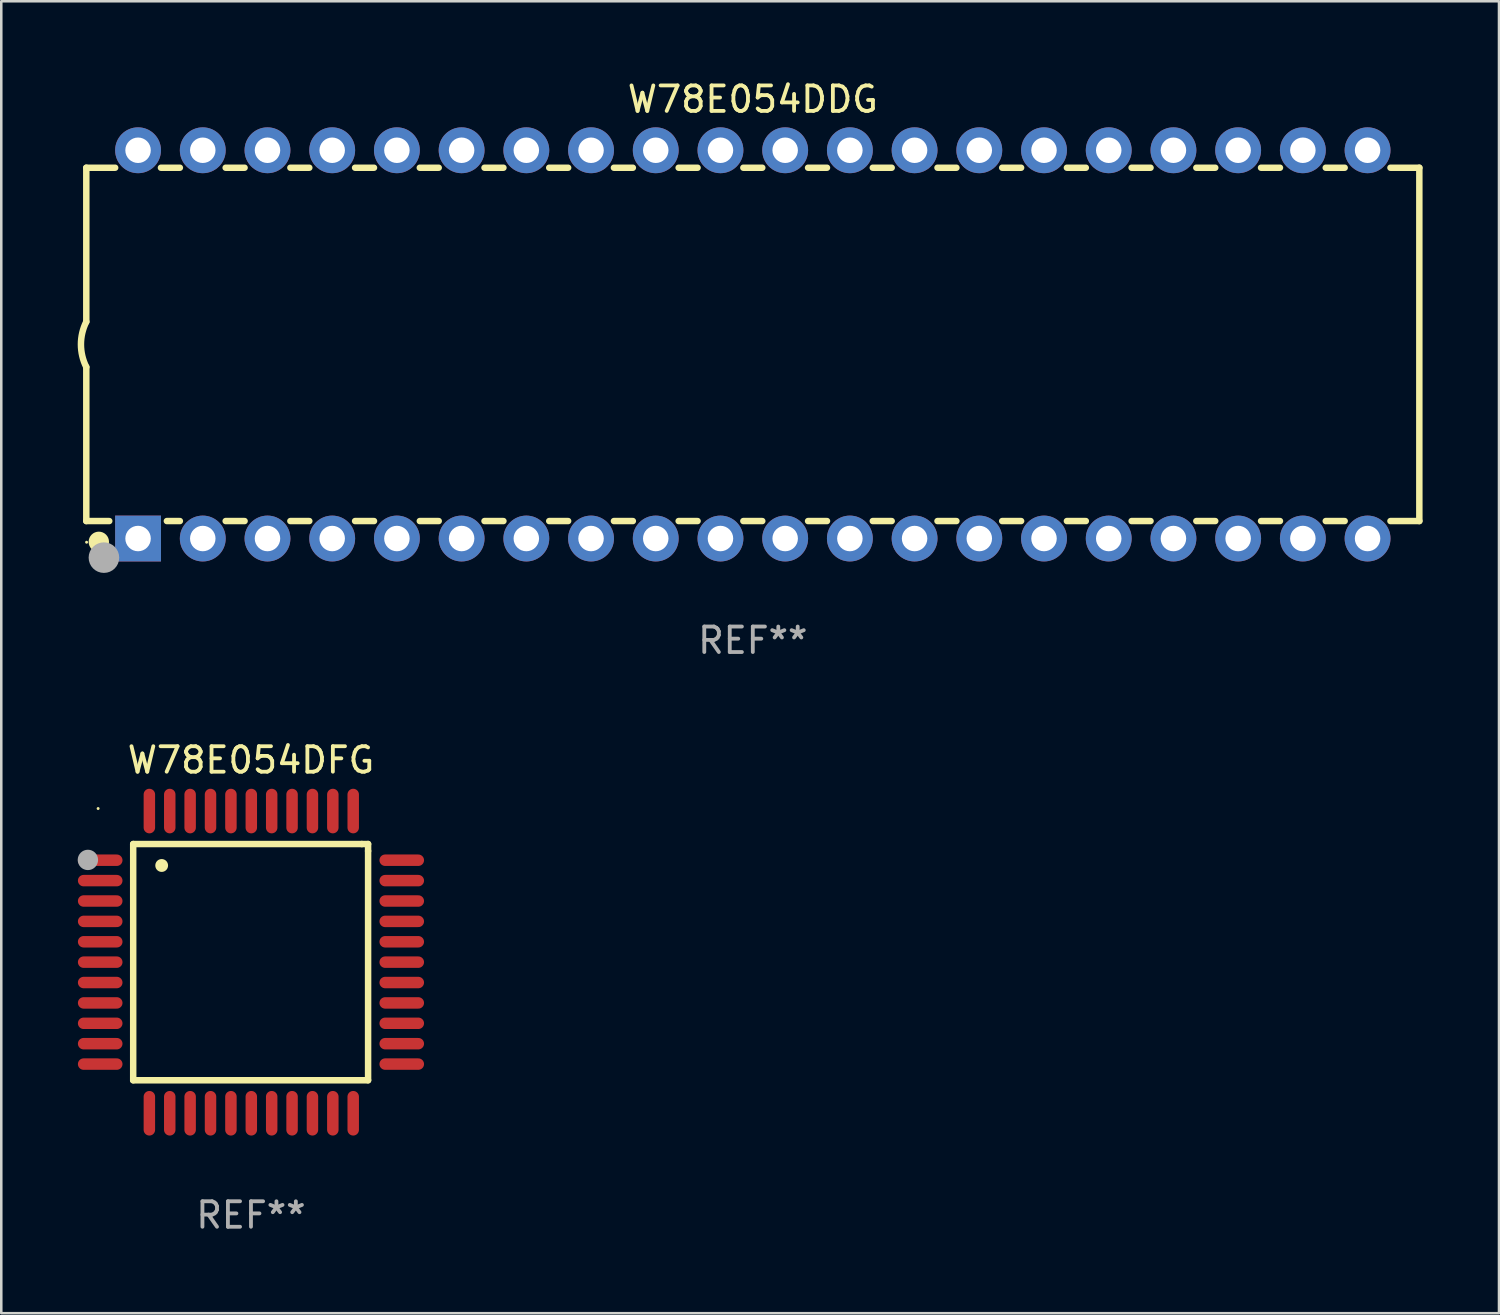
<source format=kicad_pcb>
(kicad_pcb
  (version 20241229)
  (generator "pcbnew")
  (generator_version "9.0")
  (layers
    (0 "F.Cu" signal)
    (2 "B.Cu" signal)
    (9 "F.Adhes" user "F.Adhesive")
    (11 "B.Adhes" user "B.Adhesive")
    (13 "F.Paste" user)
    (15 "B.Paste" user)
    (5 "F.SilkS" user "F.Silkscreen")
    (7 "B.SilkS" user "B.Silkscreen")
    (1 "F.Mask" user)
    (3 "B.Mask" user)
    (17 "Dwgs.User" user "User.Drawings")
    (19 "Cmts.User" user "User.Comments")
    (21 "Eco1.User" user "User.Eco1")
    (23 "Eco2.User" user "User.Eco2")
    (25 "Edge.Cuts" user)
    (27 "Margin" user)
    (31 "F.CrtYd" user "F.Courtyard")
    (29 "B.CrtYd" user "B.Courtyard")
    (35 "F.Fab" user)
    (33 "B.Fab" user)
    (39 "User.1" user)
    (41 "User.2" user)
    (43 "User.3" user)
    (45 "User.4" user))
  (footprint "W78E054DFG"
    (layer "F.Cu")
    (at 6.801 34.716)
    (property "Reference" "W78E054DFG" (at 0 -7.931 0) (layer "F.SilkS") (effects (font (size 1 1) (thickness 0.15))))
    (attr through_hole)
    (fp_line (start -4.623 -4.636) (end 4.35 -4.636) (stroke (width 0.254) (type solid)) (layer "F.SilkS"))
    (fp_line (start -4.623 4.636) (end -4.623 -4.636) (stroke (width 0.254) (type solid)) (layer "F.SilkS"))
    (fp_line (start 4.35 -4.636) (end 4.597 -4.636) (stroke (width 0.254) (type solid)) (layer "F.SilkS"))
    (fp_line (start 4.597 -4.636) (end 4.597 -4.363) (stroke (width 0.254) (type solid)) (layer "F.SilkS"))
    (fp_line (start 4.597 -4.363) (end 4.597 4.636) (stroke (width 0.254) (type solid)) (layer "F.SilkS"))
    (fp_line (start 4.597 4.636) (end -4.623 4.636) (stroke (width 0.254) (type solid)) (layer "F.SilkS"))
    (fp_arc (start -3.505207 -3.792228) (mid -3.50522 -3.794768) (end -3.505207 -3.797308) (stroke (width 0.5) (type solid)) (layer "F.SilkS"))
    (fp_circle (center -6 -6.03) (end -5.97 -6.03) (stroke (width 0.06) (type solid)) (fill no) (layer "F.SilkS"))
    (fp_circle (center -6.401 -4.013) (end -6.201 -4.013) (stroke (width 0.4) (type solid)) (fill no) (layer "F.Fab"))
    (fp_text user "REF**" (at 0 9.931 0) (layer "F.Fab") (effects (font (size 1 1) (thickness 0.15))))
    (pad "1" smd oval (at -5.918 -4.001 90) (size 0.45 1.75) (layers "F.Cu" "F.Mask" "F.Paste"))
    (pad "2" smd oval (at -5.918 -3.2 90) (size 0.45 1.75) (layers "F.Cu" "F.Mask" "F.Paste"))
    (pad "3" smd oval (at -5.918 -2.4 90) (size 0.45 1.75) (layers "F.Cu" "F.Mask" "F.Paste"))
    (pad "4" smd oval (at -5.918 -1.6 90) (size 0.45 1.75) (layers "F.Cu" "F.Mask" "F.Paste"))
    (pad "5" smd oval (at -5.918 -0.8 90) (size 0.45 1.75) (layers "F.Cu" "F.Mask" "F.Paste"))
    (pad "6" smd oval (at -5.918 0 90) (size 0.45 1.75) (layers "F.Cu" "F.Mask" "F.Paste"))
    (pad "7" smd oval (at -5.918 0.8 90) (size 0.45 1.75) (layers "F.Cu" "F.Mask" "F.Paste"))
    (pad "8" smd oval (at -5.918 1.6 90) (size 0.45 1.75) (layers "F.Cu" "F.Mask" "F.Paste"))
    (pad "9" smd oval (at -5.918 2.4 90) (size 0.45 1.75) (layers "F.Cu" "F.Mask" "F.Paste"))
    (pad "10" smd oval (at -5.918 3.2 90) (size 0.45 1.75) (layers "F.Cu" "F.Mask" "F.Paste"))
    (pad "11" smd oval (at -5.918 4.001 90) (size 0.45 1.75) (layers "F.Cu" "F.Mask" "F.Paste"))
    (pad "12" smd oval (at -3.988 5.931) (size 0.45 1.75) (layers "F.Cu" "F.Mask" "F.Paste"))
    (pad "13" smd oval (at -3.188 5.931) (size 0.45 1.75) (layers "F.Cu" "F.Mask" "F.Paste"))
    (pad "14" smd oval (at -2.388 5.931) (size 0.45 1.75) (layers "F.Cu" "F.Mask" "F.Paste"))
    (pad "15" smd oval (at -1.588 5.931) (size 0.45 1.75) (layers "F.Cu" "F.Mask" "F.Paste"))
    (pad "16" smd oval (at -0.787 5.931) (size 0.45 1.75) (layers "F.Cu" "F.Mask" "F.Paste"))
    (pad "17" smd oval (at 0.013 5.931) (size 0.45 1.75) (layers "F.Cu" "F.Mask" "F.Paste"))
    (pad "18" smd oval (at 0.813 5.931) (size 0.45 1.75) (layers "F.Cu" "F.Mask" "F.Paste"))
    (pad "19" smd oval (at 1.613 5.931) (size 0.45 1.75) (layers "F.Cu" "F.Mask" "F.Paste"))
    (pad "20" smd oval (at 2.413 5.931) (size 0.45 1.75) (layers "F.Cu" "F.Mask" "F.Paste"))
    (pad "21" smd oval (at 3.213 5.931) (size 0.45 1.75) (layers "F.Cu" "F.Mask" "F.Paste"))
    (pad "22" smd oval (at 4.013 5.931) (size 0.45 1.75) (layers "F.Cu" "F.Mask" "F.Paste"))
    (pad "23" smd oval (at 5.918 4.001 90) (size 0.45 1.75) (layers "F.Cu" "F.Mask" "F.Paste"))
    (pad "24" smd oval (at 5.918 3.2 90) (size 0.45 1.75) (layers "F.Cu" "F.Mask" "F.Paste"))
    (pad "25" smd oval (at 5.918 2.4 90) (size 0.45 1.75) (layers "F.Cu" "F.Mask" "F.Paste"))
    (pad "26" smd oval (at 5.918 1.6 90) (size 0.45 1.75) (layers "F.Cu" "F.Mask" "F.Paste"))
    (pad "27" smd oval (at 5.918 0.8 90) (size 0.45 1.75) (layers "F.Cu" "F.Mask" "F.Paste"))
    (pad "28" smd oval (at 5.918 0 90) (size 0.45 1.75) (layers "F.Cu" "F.Mask" "F.Paste"))
    (pad "29" smd oval (at 5.918 -0.8 90) (size 0.45 1.75) (layers "F.Cu" "F.Mask" "F.Paste"))
    (pad "30" smd oval (at 5.918 -1.6 90) (size 0.45 1.75) (layers "F.Cu" "F.Mask" "F.Paste"))
    (pad "31" smd oval (at 5.918 -2.4 90) (size 0.45 1.75) (layers "F.Cu" "F.Mask" "F.Paste"))
    (pad "32" smd oval (at 5.918 -3.2 90) (size 0.45 1.75) (layers "F.Cu" "F.Mask" "F.Paste"))
    (pad "33" smd oval (at 5.918 -4.001 90) (size 0.45 1.75) (layers "F.Cu" "F.Mask" "F.Paste"))
    (pad "34" smd oval (at 4.013 -5.931) (size 0.45 1.75) (layers "F.Cu" "F.Mask" "F.Paste"))
    (pad "35" smd oval (at 3.213 -5.931) (size 0.45 1.75) (layers "F.Cu" "F.Mask" "F.Paste"))
    (pad "36" smd oval (at 2.413 -5.931) (size 0.45 1.75) (layers "F.Cu" "F.Mask" "F.Paste"))
    (pad "37" smd oval (at 1.613 -5.931) (size 0.45 1.75) (layers "F.Cu" "F.Mask" "F.Paste"))
    (pad "38" smd oval (at 0.813 -5.931) (size 0.45 1.75) (layers "F.Cu" "F.Mask" "F.Paste"))
    (pad "39" smd oval (at 0.013 -5.931) (size 0.45 1.75) (layers "F.Cu" "F.Mask" "F.Paste"))
    (pad "40" smd oval (at -0.787 -5.931) (size 0.45 1.75) (layers "F.Cu" "F.Mask" "F.Paste"))
    (pad "41" smd oval (at -1.588 -5.931) (size 0.45 1.75) (layers "F.Cu" "F.Mask" "F.Paste"))
    (pad "42" smd oval (at -2.388 -5.931) (size 0.45 1.75) (layers "F.Cu" "F.Mask" "F.Paste"))
    (pad "43" smd oval (at -3.188 -5.931) (size 0.45 1.75) (layers "F.Cu" "F.Mask" "F.Paste"))
    (pad "44" smd oval (at -3.988 -5.931) (size 0.45 1.75) (layers "F.Cu" "F.Mask" "F.Paste")))
  (footprint "W78E054DDG"
    (layer "F.Cu")
    (at 26.499 10.468)
    (property "Reference" "W78E054DDG" (at 0 -9.62 0) (layer "F.SilkS") (effects (font (size 1 1) (thickness 0.15))))
    (attr through_hole)
    (fp_line (start -26.162 -6.934) (end -26.162 -0.889) (stroke (width 0.254) (type solid)) (layer "F.SilkS"))
    (fp_line (start -26.162 -6.934) (end -25.029 -6.934) (stroke (width 0.254) (type solid)) (layer "F.SilkS"))
    (fp_line (start -26.162 6.934) (end -26.162 0.889) (stroke (width 0.254) (type solid)) (layer "F.SilkS"))
    (fp_line (start -26.162 6.934) (end -25.261 6.934) (stroke (width 0.254) (type solid)) (layer "F.SilkS"))
    (fp_line (start -23.231 -6.934) (end -22.489 -6.934) (stroke (width 0.254) (type solid)) (layer "F.SilkS"))
    (fp_line (start -22.999 6.934) (end -22.489 6.934) (stroke (width 0.254) (type solid)) (layer "F.SilkS"))
    (fp_line (start -20.691 -6.934) (end -19.949 -6.934) (stroke (width 0.254) (type solid)) (layer "F.SilkS"))
    (fp_line (start -20.691 6.934) (end -19.949 6.934) (stroke (width 0.254) (type solid)) (layer "F.SilkS"))
    (fp_line (start -18.151 -6.934) (end -17.409 -6.934) (stroke (width 0.254) (type solid)) (layer "F.SilkS"))
    (fp_line (start -18.151 6.934) (end -17.409 6.934) (stroke (width 0.254) (type solid)) (layer "F.SilkS"))
    (fp_line (start -15.611 -6.934) (end -14.869 -6.934) (stroke (width 0.254) (type solid)) (layer "F.SilkS"))
    (fp_line (start -15.611 6.934) (end -14.869 6.934) (stroke (width 0.254) (type solid)) (layer "F.SilkS"))
    (fp_line (start -13.071 -6.934) (end -12.329 -6.934) (stroke (width 0.254) (type solid)) (layer "F.SilkS"))
    (fp_line (start -13.071 6.934) (end -12.329 6.934) (stroke (width 0.254) (type solid)) (layer "F.SilkS"))
    (fp_line (start -10.531 -6.934) (end -9.789 -6.934) (stroke (width 0.254) (type solid)) (layer "F.SilkS"))
    (fp_line (start -10.531 6.934) (end -9.789 6.934) (stroke (width 0.254) (type solid)) (layer "F.SilkS"))
    (fp_line (start -7.991 -6.934) (end -7.249 -6.934) (stroke (width 0.254) (type solid)) (layer "F.SilkS"))
    (fp_line (start -7.991 6.934) (end -7.249 6.934) (stroke (width 0.254) (type solid)) (layer "F.SilkS"))
    (fp_line (start -5.451 -6.934) (end -4.709 -6.934) (stroke (width 0.254) (type solid)) (layer "F.SilkS"))
    (fp_line (start -5.451 6.934) (end -4.709 6.934) (stroke (width 0.254) (type solid)) (layer "F.SilkS"))
    (fp_line (start -2.911 -6.934) (end -2.169 -6.934) (stroke (width 0.254) (type solid)) (layer "F.SilkS"))
    (fp_line (start -2.911 6.934) (end -2.169 6.934) (stroke (width 0.254) (type solid)) (layer "F.SilkS"))
    (fp_line (start -0.371 -6.934) (end 0.371 -6.934) (stroke (width 0.254) (type solid)) (layer "F.SilkS"))
    (fp_line (start -0.371 6.934) (end 0.371 6.934) (stroke (width 0.254) (type solid)) (layer "F.SilkS"))
    (fp_line (start 2.169 -6.934) (end 2.911 -6.934) (stroke (width 0.254) (type solid)) (layer "F.SilkS"))
    (fp_line (start 2.169 6.934) (end 2.911 6.934) (stroke (width 0.254) (type solid)) (layer "F.SilkS"))
    (fp_line (start 4.709 -6.934) (end 5.451 -6.934) (stroke (width 0.254) (type solid)) (layer "F.SilkS"))
    (fp_line (start 4.709 6.934) (end 5.451 6.934) (stroke (width 0.254) (type solid)) (layer "F.SilkS"))
    (fp_line (start 7.249 -6.934) (end 7.991 -6.934) (stroke (width 0.254) (type solid)) (layer "F.SilkS"))
    (fp_line (start 7.249 6.934) (end 7.991 6.934) (stroke (width 0.254) (type solid)) (layer "F.SilkS"))
    (fp_line (start 9.789 -6.934) (end 10.531 -6.934) (stroke (width 0.254) (type solid)) (layer "F.SilkS"))
    (fp_line (start 9.789 6.934) (end 10.531 6.934) (stroke (width 0.254) (type solid)) (layer "F.SilkS"))
    (fp_line (start 12.329 -6.934) (end 13.071 -6.934) (stroke (width 0.254) (type solid)) (layer "F.SilkS"))
    (fp_line (start 12.329 6.934) (end 13.071 6.934) (stroke (width 0.254) (type solid)) (layer "F.SilkS"))
    (fp_line (start 14.869 -6.934) (end 15.611 -6.934) (stroke (width 0.254) (type solid)) (layer "F.SilkS"))
    (fp_line (start 14.869 6.934) (end 15.611 6.934) (stroke (width 0.254) (type solid)) (layer "F.SilkS"))
    (fp_line (start 17.409 -6.934) (end 18.151 -6.934) (stroke (width 0.254) (type solid)) (layer "F.SilkS"))
    (fp_line (start 17.409 6.934) (end 18.151 6.934) (stroke (width 0.254) (type solid)) (layer "F.SilkS"))
    (fp_line (start 19.949 -6.934) (end 20.691 -6.934) (stroke (width 0.254) (type solid)) (layer "F.SilkS"))
    (fp_line (start 19.949 6.934) (end 20.691 6.934) (stroke (width 0.254) (type solid)) (layer "F.SilkS"))
    (fp_line (start 22.489 -6.934) (end 23.231 -6.934) (stroke (width 0.254) (type solid)) (layer "F.SilkS"))
    (fp_line (start 22.489 6.934) (end 23.231 6.934) (stroke (width 0.254) (type solid)) (layer "F.SilkS"))
    (fp_line (start 25.029 -6.934) (end 26.162 -6.934) (stroke (width 0.254) (type solid)) (layer "F.SilkS"))
    (fp_line (start 25.029 6.934) (end 26.162 6.934) (stroke (width 0.254) (type solid)) (layer "F.SilkS"))
    (fp_line (start 26.162 -6.934) (end 26.162 6.934) (stroke (width 0.254) (type solid)) (layer "F.SilkS"))
    (fp_arc (start -26.162052 0.889001) (mid -26.371917 0) (end -26.162052 -0.889002) (stroke (width 0.254001) (type solid)) (layer "F.SilkS"))
    (fp_circle (center -26.15 7.765) (end -26.12 7.765) (stroke (width 0.06) (type solid)) (fill no) (layer "F.SilkS"))
    (fp_circle (center -25.67 7.75) (end -25.47 7.75) (stroke (width 0.4) (type solid)) (fill no) (layer "F.SilkS"))
    (fp_circle (center -25.47 8.37) (end -25.17 8.37) (stroke (width 0.6) (type solid)) (fill no) (layer "F.Fab"))
    (fp_text user "REF**" (at 0 11.62 0) (layer "F.Fab") (effects (font (size 1 1) (thickness 0.15))))
    (pad "1" thru_hole rect (at -24.13 7.62) (size 1.8 1.8) (drill 1) (layers "*.Cu" "*.Mask"))
    (pad "2" thru_hole circle (at -21.59 7.62) (size 1.8 1.8) (drill 1) (layers "*.Cu" "*.Mask"))
    (pad "3" thru_hole circle (at -19.05 7.62) (size 1.8 1.8) (drill 1) (layers "*.Cu" "*.Mask"))
    (pad "4" thru_hole circle (at -16.51 7.62) (size 1.8 1.8) (drill 1) (layers "*.Cu" "*.Mask"))
    (pad "5" thru_hole circle (at -13.97 7.62) (size 1.8 1.8) (drill 1) (layers "*.Cu" "*.Mask"))
    (pad "6" thru_hole circle (at -11.43 7.62) (size 1.8 1.8) (drill 1) (layers "*.Cu" "*.Mask"))
    (pad "7" thru_hole circle (at -8.89 7.62) (size 1.8 1.8) (drill 1) (layers "*.Cu" "*.Mask"))
    (pad "8" thru_hole circle (at -6.35 7.62) (size 1.8 1.8) (drill 1) (layers "*.Cu" "*.Mask"))
    (pad "9" thru_hole circle (at -3.81 7.62) (size 1.8 1.8) (drill 1) (layers "*.Cu" "*.Mask"))
    (pad "10" thru_hole circle (at -1.27 7.62) (size 1.8 1.8) (drill 1) (layers "*.Cu" "*.Mask"))
    (pad "11" thru_hole circle (at 1.27 7.62) (size 1.8 1.8) (drill 1) (layers "*.Cu" "*.Mask"))
    (pad "12" thru_hole circle (at 3.81 7.62) (size 1.8 1.8) (drill 1) (layers "*.Cu" "*.Mask"))
    (pad "13" thru_hole circle (at 6.35 7.62) (size 1.8 1.8) (drill 1) (layers "*.Cu" "*.Mask"))
    (pad "14" thru_hole circle (at 8.89 7.62) (size 1.8 1.8) (drill 1) (layers "*.Cu" "*.Mask"))
    (pad "15" thru_hole circle (at 11.43 7.62) (size 1.8 1.8) (drill 1) (layers "*.Cu" "*.Mask"))
    (pad "16" thru_hole circle (at 13.97 7.62) (size 1.8 1.8) (drill 1) (layers "*.Cu" "*.Mask"))
    (pad "17" thru_hole circle (at 16.51 7.62) (size 1.8 1.8) (drill 1) (layers "*.Cu" "*.Mask"))
    (pad "18" thru_hole circle (at 19.05 7.62) (size 1.8 1.8) (drill 1) (layers "*.Cu" "*.Mask"))
    (pad "19" thru_hole circle (at 21.59 7.62) (size 1.8 1.8) (drill 1) (layers "*.Cu" "*.Mask"))
    (pad "20" thru_hole circle (at 24.13 7.62) (size 1.8 1.8) (drill 1) (layers "*.Cu" "*.Mask"))
    (pad "21" thru_hole circle (at 24.13 -7.62) (size 1.8 1.8) (drill 1) (layers "*.Cu" "*.Mask"))
    (pad "22" thru_hole circle (at 21.59 -7.62) (size 1.8 1.8) (drill 1) (layers "*.Cu" "*.Mask"))
    (pad "23" thru_hole circle (at 19.05 -7.62) (size 1.8 1.8) (drill 1) (layers "*.Cu" "*.Mask"))
    (pad "24" thru_hole circle (at 16.51 -7.62) (size 1.8 1.8) (drill 1) (layers "*.Cu" "*.Mask"))
    (pad "25" thru_hole circle (at 13.97 -7.62) (size 1.8 1.8) (drill 1) (layers "*.Cu" "*.Mask"))
    (pad "26" thru_hole circle (at 11.43 -7.62) (size 1.8 1.8) (drill 1) (layers "*.Cu" "*.Mask"))
    (pad "27" thru_hole circle (at 8.89 -7.62) (size 1.8 1.8) (drill 1) (layers "*.Cu" "*.Mask"))
    (pad "28" thru_hole circle (at 6.35 -7.62) (size 1.8 1.8) (drill 1) (layers "*.Cu" "*.Mask"))
    (pad "29" thru_hole circle (at 3.81 -7.62) (size 1.8 1.8) (drill 1) (layers "*.Cu" "*.Mask"))
    (pad "30" thru_hole circle (at 1.27 -7.62) (size 1.8 1.8) (drill 1) (layers "*.Cu" "*.Mask"))
    (pad "31" thru_hole circle (at -1.27 -7.62) (size 1.8 1.8) (drill 1) (layers "*.Cu" "*.Mask"))
    (pad "32" thru_hole circle (at -3.81 -7.62) (size 1.8 1.8) (drill 1) (layers "*.Cu" "*.Mask"))
    (pad "33" thru_hole circle (at -6.35 -7.62) (size 1.8 1.8) (drill 1) (layers "*.Cu" "*.Mask"))
    (pad "34" thru_hole circle (at -8.89 -7.62) (size 1.8 1.8) (drill 1) (layers "*.Cu" "*.Mask"))
    (pad "35" thru_hole circle (at -11.43 -7.62) (size 1.8 1.8) (drill 1) (layers "*.Cu" "*.Mask"))
    (pad "36" thru_hole circle (at -13.97 -7.62) (size 1.8 1.8) (drill 1) (layers "*.Cu" "*.Mask"))
    (pad "37" thru_hole circle (at -16.51 -7.62) (size 1.8 1.8) (drill 1) (layers "*.Cu" "*.Mask"))
    (pad "38" thru_hole circle (at -19.05 -7.62) (size 1.8 1.8) (drill 1) (layers "*.Cu" "*.Mask"))
    (pad "39" thru_hole circle (at -21.59 -7.62) (size 1.8 1.8) (drill 1) (layers "*.Cu" "*.Mask"))
    (pad "40" thru_hole circle (at -24.13 -7.62) (size 1.8 1.8) (drill 1) (layers "*.Cu" "*.Mask")))
  (gr_rect
    (start -3 -3)
    (end 55.788 48.495)
    (stroke (width 0.1) (type default))
    (fill no)
    (layer "Edge.Cuts")))
</source>
